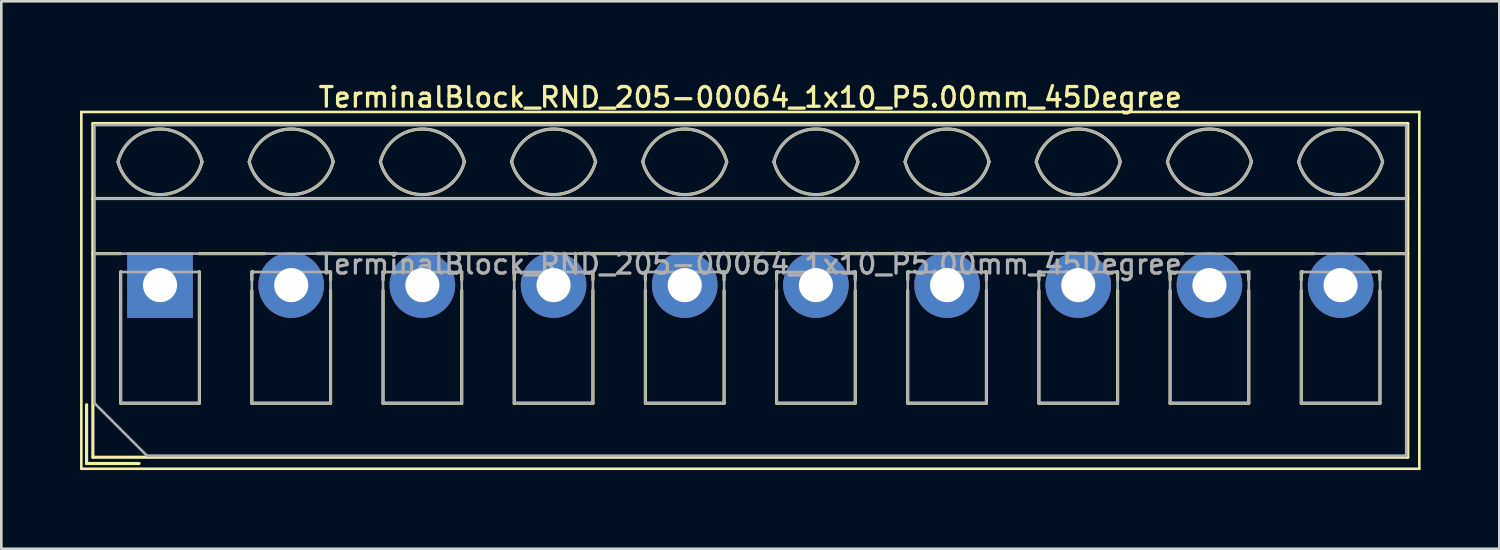
<source format=kicad_pcb>
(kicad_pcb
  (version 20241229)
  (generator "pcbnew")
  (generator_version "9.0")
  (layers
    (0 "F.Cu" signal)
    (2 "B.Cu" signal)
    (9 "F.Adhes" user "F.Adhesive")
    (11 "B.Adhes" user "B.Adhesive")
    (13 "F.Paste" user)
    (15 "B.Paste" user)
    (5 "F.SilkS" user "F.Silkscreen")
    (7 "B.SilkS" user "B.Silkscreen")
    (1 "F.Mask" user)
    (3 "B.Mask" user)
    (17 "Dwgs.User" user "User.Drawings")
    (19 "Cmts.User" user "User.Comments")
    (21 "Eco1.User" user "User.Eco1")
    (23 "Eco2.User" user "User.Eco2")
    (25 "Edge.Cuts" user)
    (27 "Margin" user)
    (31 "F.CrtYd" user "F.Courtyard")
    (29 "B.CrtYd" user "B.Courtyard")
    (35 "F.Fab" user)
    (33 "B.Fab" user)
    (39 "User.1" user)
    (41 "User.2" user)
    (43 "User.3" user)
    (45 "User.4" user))
  (footprint "TerminalBlock_RND_205-00064_1x10_P5.00mm_45Degree"
    (layer "F.Cu")
    (at 3.05 7.818)
    (property "Reference" "TerminalBlock_RND_205-00064_1x10_P5.00mm_45Degree" (at 22.5 -7.16 0) (layer "F.SilkS") (effects (font (size 0.75 0.75) (thickness 0.125))))
    (attr through_hole)
    (fp_line (start -3 -6.6) (end -3 7) (stroke (width 0.1) (type solid)) (layer "F.SilkS"))
    (fp_line (start -3 7) (end 48 7) (stroke (width 0.1) (type solid)) (layer "F.SilkS"))
    (fp_line (start -2.8 4.56) (end -2.8 6.8) (stroke (width 0.12) (type solid)) (layer "F.SilkS"))
    (fp_line (start -2.8 6.8) (end -0.8 6.8) (stroke (width 0.12) (type solid)) (layer "F.SilkS"))
    (fp_line (start -2.56 -6.16) (end -2.56 6.56) (stroke (width 0.12) (type solid)) (layer "F.SilkS"))
    (fp_line (start -2.56 -6.16) (end 47.56 -6.16) (stroke (width 0.12) (type solid)) (layer "F.SilkS"))
    (fp_line (start -2.56 -3.301) (end 47.56 -3.301) (stroke (width 0.12) (type solid)) (layer "F.SilkS"))
    (fp_line (start -2.56 -1.201) (end -1.49 -1.201) (stroke (width 0.12) (type solid)) (layer "F.SilkS"))
    (fp_line (start -2.56 6.56) (end 47.56 6.56) (stroke (width 0.12) (type solid)) (layer "F.SilkS"))
    (fp_line (start -1.5 -0.5) (end -1.5 4.5) (stroke (width 0.12) (type solid)) (layer "F.SilkS"))
    (fp_line (start -1.5 -0.5) (end -1.49 -0.5) (stroke (width 0.12) (type solid)) (layer "F.SilkS"))
    (fp_line (start -1.5 4.5) (end 1.5 4.5) (stroke (width 0.12) (type solid)) (layer "F.SilkS"))
    (fp_line (start 1.49 -1.201) (end 4 -1.201) (stroke (width 0.12) (type solid)) (layer "F.SilkS"))
    (fp_line (start 1.49 -0.5) (end 1.5 -0.5) (stroke (width 0.12) (type solid)) (layer "F.SilkS"))
    (fp_line (start 1.5 -0.5) (end 1.5 4.5) (stroke (width 0.12) (type solid)) (layer "F.SilkS"))
    (fp_line (start 3.5 -0.5) (end 3.5 -0.202) (stroke (width 0.12) (type solid)) (layer "F.SilkS"))
    (fp_line (start 3.5 -0.5) (end 3.57 -0.5) (stroke (width 0.12) (type solid)) (layer "F.SilkS"))
    (fp_line (start 3.5 0.202) (end 3.5 4.5) (stroke (width 0.12) (type solid)) (layer "F.SilkS"))
    (fp_line (start 3.5 4.5) (end 6.5 4.5) (stroke (width 0.12) (type solid)) (layer "F.SilkS"))
    (fp_line (start 6.001 -1.201) (end 9 -1.201) (stroke (width 0.12) (type solid)) (layer "F.SilkS"))
    (fp_line (start 6.431 -0.5) (end 6.5 -0.5) (stroke (width 0.12) (type solid)) (layer "F.SilkS"))
    (fp_line (start 6.5 -0.5) (end 6.5 -0.202) (stroke (width 0.12) (type solid)) (layer "F.SilkS"))
    (fp_line (start 6.5 0.202) (end 6.5 4.5) (stroke (width 0.12) (type solid)) (layer "F.SilkS"))
    (fp_line (start 8.5 -0.5) (end 8.5 -0.202) (stroke (width 0.12) (type solid)) (layer "F.SilkS"))
    (fp_line (start 8.5 -0.5) (end 8.57 -0.5) (stroke (width 0.12) (type solid)) (layer "F.SilkS"))
    (fp_line (start 8.5 0.202) (end 8.5 4.5) (stroke (width 0.12) (type solid)) (layer "F.SilkS"))
    (fp_line (start 8.5 4.5) (end 11.5 4.5) (stroke (width 0.12) (type solid)) (layer "F.SilkS"))
    (fp_line (start 11.001 -1.201) (end 14 -1.201) (stroke (width 0.12) (type solid)) (layer "F.SilkS"))
    (fp_line (start 11.431 -0.5) (end 11.5 -0.5) (stroke (width 0.12) (type solid)) (layer "F.SilkS"))
    (fp_line (start 11.5 -0.5) (end 11.5 -0.202) (stroke (width 0.12) (type solid)) (layer "F.SilkS"))
    (fp_line (start 11.5 0.202) (end 11.5 4.5) (stroke (width 0.12) (type solid)) (layer "F.SilkS"))
    (fp_line (start 13.5 -0.5) (end 13.5 -0.202) (stroke (width 0.12) (type solid)) (layer "F.SilkS"))
    (fp_line (start 13.5 -0.5) (end 13.57 -0.5) (stroke (width 0.12) (type solid)) (layer "F.SilkS"))
    (fp_line (start 13.5 0.202) (end 13.5 4.5) (stroke (width 0.12) (type solid)) (layer "F.SilkS"))
    (fp_line (start 13.5 4.5) (end 16.5 4.5) (stroke (width 0.12) (type solid)) (layer "F.SilkS"))
    (fp_line (start 16.001 -1.201) (end 19 -1.201) (stroke (width 0.12) (type solid)) (layer "F.SilkS"))
    (fp_line (start 16.431 -0.5) (end 16.5 -0.5) (stroke (width 0.12) (type solid)) (layer "F.SilkS"))
    (fp_line (start 16.5 -0.5) (end 16.5 -0.202) (stroke (width 0.12) (type solid)) (layer "F.SilkS"))
    (fp_line (start 16.5 0.202) (end 16.5 4.5) (stroke (width 0.12) (type solid)) (layer "F.SilkS"))
    (fp_line (start 18.5 -0.5) (end 18.5 -0.202) (stroke (width 0.12) (type solid)) (layer "F.SilkS"))
    (fp_line (start 18.5 -0.5) (end 18.57 -0.5) (stroke (width 0.12) (type solid)) (layer "F.SilkS"))
    (fp_line (start 18.5 0.202) (end 18.5 4.5) (stroke (width 0.12) (type solid)) (layer "F.SilkS"))
    (fp_line (start 18.5 4.5) (end 21.5 4.5) (stroke (width 0.12) (type solid)) (layer "F.SilkS"))
    (fp_line (start 21.001 -1.201) (end 24 -1.201) (stroke (width 0.12) (type solid)) (layer "F.SilkS"))
    (fp_line (start 21.431 -0.5) (end 21.5 -0.5) (stroke (width 0.12) (type solid)) (layer "F.SilkS"))
    (fp_line (start 21.5 -0.5) (end 21.5 -0.202) (stroke (width 0.12) (type solid)) (layer "F.SilkS"))
    (fp_line (start 21.5 0.202) (end 21.5 4.5) (stroke (width 0.12) (type solid)) (layer "F.SilkS"))
    (fp_line (start 23.5 -0.5) (end 23.5 -0.202) (stroke (width 0.12) (type solid)) (layer "F.SilkS"))
    (fp_line (start 23.5 -0.5) (end 23.57 -0.5) (stroke (width 0.12) (type solid)) (layer "F.SilkS"))
    (fp_line (start 23.5 0.202) (end 23.5 4.5) (stroke (width 0.12) (type solid)) (layer "F.SilkS"))
    (fp_line (start 23.5 4.5) (end 26.5 4.5) (stroke (width 0.12) (type solid)) (layer "F.SilkS"))
    (fp_line (start 26.001 -1.201) (end 29 -1.201) (stroke (width 0.12) (type solid)) (layer "F.SilkS"))
    (fp_line (start 26.431 -0.5) (end 26.5 -0.5) (stroke (width 0.12) (type solid)) (layer "F.SilkS"))
    (fp_line (start 26.5 -0.5) (end 26.5 -0.202) (stroke (width 0.12) (type solid)) (layer "F.SilkS"))
    (fp_line (start 26.5 0.202) (end 26.5 4.5) (stroke (width 0.12) (type solid)) (layer "F.SilkS"))
    (fp_line (start 28.5 -0.5) (end 28.5 -0.202) (stroke (width 0.12) (type solid)) (layer "F.SilkS"))
    (fp_line (start 28.5 -0.5) (end 28.57 -0.5) (stroke (width 0.12) (type solid)) (layer "F.SilkS"))
    (fp_line (start 28.5 0.202) (end 28.5 4.5) (stroke (width 0.12) (type solid)) (layer "F.SilkS"))
    (fp_line (start 28.5 4.5) (end 31.5 4.5) (stroke (width 0.12) (type solid)) (layer "F.SilkS"))
    (fp_line (start 31.001 -1.201) (end 34 -1.201) (stroke (width 0.12) (type solid)) (layer "F.SilkS"))
    (fp_line (start 31.431 -0.5) (end 31.5 -0.5) (stroke (width 0.12) (type solid)) (layer "F.SilkS"))
    (fp_line (start 31.5 -0.5) (end 31.5 -0.202) (stroke (width 0.12) (type solid)) (layer "F.SilkS"))
    (fp_line (start 31.5 0.202) (end 31.5 4.5) (stroke (width 0.12) (type solid)) (layer "F.SilkS"))
    (fp_line (start 33.5 -0.5) (end 33.5 -0.202) (stroke (width 0.12) (type solid)) (layer "F.SilkS"))
    (fp_line (start 33.5 -0.5) (end 33.57 -0.5) (stroke (width 0.12) (type solid)) (layer "F.SilkS"))
    (fp_line (start 33.5 0.202) (end 33.5 4.5) (stroke (width 0.12) (type solid)) (layer "F.SilkS"))
    (fp_line (start 33.5 4.5) (end 36.5 4.5) (stroke (width 0.12) (type solid)) (layer "F.SilkS"))
    (fp_line (start 36.001 -1.201) (end 39 -1.201) (stroke (width 0.12) (type solid)) (layer "F.SilkS"))
    (fp_line (start 36.431 -0.5) (end 36.5 -0.5) (stroke (width 0.12) (type solid)) (layer "F.SilkS"))
    (fp_line (start 36.5 -0.5) (end 36.5 -0.202) (stroke (width 0.12) (type solid)) (layer "F.SilkS"))
    (fp_line (start 36.5 0.202) (end 36.5 4.5) (stroke (width 0.12) (type solid)) (layer "F.SilkS"))
    (fp_line (start 38.5 -0.5) (end 38.5 -0.202) (stroke (width 0.12) (type solid)) (layer "F.SilkS"))
    (fp_line (start 38.5 -0.5) (end 38.57 -0.5) (stroke (width 0.12) (type solid)) (layer "F.SilkS"))
    (fp_line (start 38.5 0.202) (end 38.5 4.5) (stroke (width 0.12) (type solid)) (layer "F.SilkS"))
    (fp_line (start 38.5 4.5) (end 41.5 4.5) (stroke (width 0.12) (type solid)) (layer "F.SilkS"))
    (fp_line (start 41.001 -1.201) (end 44 -1.201) (stroke (width 0.12) (type solid)) (layer "F.SilkS"))
    (fp_line (start 41.431 -0.5) (end 41.5 -0.5) (stroke (width 0.12) (type solid)) (layer "F.SilkS"))
    (fp_line (start 41.5 -0.5) (end 41.5 -0.202) (stroke (width 0.12) (type solid)) (layer "F.SilkS"))
    (fp_line (start 41.5 0.202) (end 41.5 4.5) (stroke (width 0.12) (type solid)) (layer "F.SilkS"))
    (fp_line (start 43.5 -0.5) (end 43.5 -0.202) (stroke (width 0.12) (type solid)) (layer "F.SilkS"))
    (fp_line (start 43.5 -0.5) (end 43.57 -0.5) (stroke (width 0.12) (type solid)) (layer "F.SilkS"))
    (fp_line (start 43.5 0.202) (end 43.5 4.5) (stroke (width 0.12) (type solid)) (layer "F.SilkS"))
    (fp_line (start 43.5 4.5) (end 46.5 4.5) (stroke (width 0.12) (type solid)) (layer "F.SilkS"))
    (fp_line (start 46.001 -1.201) (end 47.56 -1.201) (stroke (width 0.12) (type solid)) (layer "F.SilkS"))
    (fp_line (start 46.431 -0.5) (end 46.5 -0.5) (stroke (width 0.12) (type solid)) (layer "F.SilkS"))
    (fp_line (start 46.5 -0.5) (end 46.5 -0.202) (stroke (width 0.12) (type solid)) (layer "F.SilkS"))
    (fp_line (start 46.5 0.202) (end 46.5 4.5) (stroke (width 0.12) (type solid)) (layer "F.SilkS"))
    (fp_line (start 47.56 -6.16) (end 47.56 6.56) (stroke (width 0.12) (type solid)) (layer "F.SilkS"))
    (fp_line (start 48 -6.6) (end -3 -6.6) (stroke (width 0.1) (type solid)) (layer "F.SilkS"))
    (fp_line (start 48 7) (end 48 -6.6) (stroke (width 0.1) (type solid)) (layer "F.SilkS"))
    (fp_arc (start -1.600914 -4.700344) (mid 0.000177 -5.95097) (end 1.601 -4.7) (stroke (width 0.12) (type solid)) (layer "F.SilkS"))
    (fp_arc (start 1.6 -4.7) (mid -0.000064 -3.45) (end -1.600031 -4.700125) (stroke (width 0.12) (type solid)) (layer "F.SilkS"))
    (fp_arc (start 3.399086 -4.700344) (mid 5.000177 -5.95097) (end 6.601 -4.7) (stroke (width 0.12) (type solid)) (layer "F.SilkS"))
    (fp_arc (start 6.6 -4.7) (mid 4.999936 -3.45) (end 3.399969 -4.700125) (stroke (width 0.12) (type solid)) (layer "F.SilkS"))
    (fp_arc (start 8.399086 -4.700344) (mid 10.000177 -5.95097) (end 11.601 -4.7) (stroke (width 0.12) (type solid)) (layer "F.SilkS"))
    (fp_arc (start 11.6 -4.7) (mid 9.999936 -3.45) (end 8.399969 -4.700125) (stroke (width 0.12) (type solid)) (layer "F.SilkS"))
    (fp_arc (start 13.399086 -4.700344) (mid 15.000177 -5.95097) (end 16.601 -4.7) (stroke (width 0.12) (type solid)) (layer "F.SilkS"))
    (fp_arc (start 16.6 -4.7) (mid 14.999936 -3.45) (end 13.399969 -4.700125) (stroke (width 0.12) (type solid)) (layer "F.SilkS"))
    (fp_arc (start 18.399086 -4.700344) (mid 20.000177 -5.95097) (end 21.601 -4.7) (stroke (width 0.12) (type solid)) (layer "F.SilkS"))
    (fp_arc (start 21.6 -4.7) (mid 19.999936 -3.45) (end 18.399969 -4.700125) (stroke (width 0.12) (type solid)) (layer "F.SilkS"))
    (fp_arc (start 23.399086 -4.700344) (mid 25.000177 -5.95097) (end 26.601 -4.7) (stroke (width 0.12) (type solid)) (layer "F.SilkS"))
    (fp_arc (start 26.6 -4.7) (mid 24.999936 -3.45) (end 23.399969 -4.700125) (stroke (width 0.12) (type solid)) (layer "F.SilkS"))
    (fp_arc (start 28.399086 -4.700344) (mid 30.000177 -5.95097) (end 31.601 -4.7) (stroke (width 0.12) (type solid)) (layer "F.SilkS"))
    (fp_arc (start 31.6 -4.7) (mid 29.999936 -3.45) (end 28.399969 -4.700125) (stroke (width 0.12) (type solid)) (layer "F.SilkS"))
    (fp_arc (start 33.399086 -4.700344) (mid 35.000177 -5.95097) (end 36.601 -4.7) (stroke (width 0.12) (type solid)) (layer "F.SilkS"))
    (fp_arc (start 36.6 -4.7) (mid 34.999936 -3.45) (end 33.399969 -4.700125) (stroke (width 0.12) (type solid)) (layer "F.SilkS"))
    (fp_arc (start 38.399086 -4.700344) (mid 40.000177 -5.95097) (end 41.601 -4.7) (stroke (width 0.12) (type solid)) (layer "F.SilkS"))
    (fp_arc (start 41.6 -4.7) (mid 39.999936 -3.45) (end 38.399969 -4.700125) (stroke (width 0.12) (type solid)) (layer "F.SilkS"))
    (fp_arc (start 43.399086 -4.700344) (mid 45.000177 -5.95097) (end 46.601 -4.7) (stroke (width 0.12) (type solid)) (layer "F.SilkS"))
    (fp_arc (start 46.6 -4.7) (mid 44.999936 -3.45) (end 43.399969 -4.700125) (stroke (width 0.12) (type solid)) (layer "F.SilkS"))
    (fp_line (start -2.5 -6.1) (end 47.5 -6.1) (stroke (width 0.1) (type solid)) (layer "F.Fab"))
    (fp_line (start -2.5 -3.3) (end 47.5 -3.3) (stroke (width 0.1) (type solid)) (layer "F.Fab"))
    (fp_line (start -2.5 -1.2) (end 47.5 -1.2) (stroke (width 0.1) (type solid)) (layer "F.Fab"))
    (fp_line (start -2.5 4.5) (end -2.5 -6.1) (stroke (width 0.1) (type solid)) (layer "F.Fab"))
    (fp_line (start -1.5 -0.5) (end -1.5 4.5) (stroke (width 0.1) (type solid)) (layer "F.Fab"))
    (fp_line (start -1.5 4.5) (end 1.5 4.5) (stroke (width 0.1) (type solid)) (layer "F.Fab"))
    (fp_line (start -0.5 6.5) (end -2.5 4.5) (stroke (width 0.1) (type solid)) (layer "F.Fab"))
    (fp_line (start 1.5 -0.5) (end -1.5 -0.5) (stroke (width 0.1) (type solid)) (layer "F.Fab"))
    (fp_line (start 1.5 4.5) (end 1.5 -0.5) (stroke (width 0.1) (type solid)) (layer "F.Fab"))
    (fp_line (start 3.5 -0.5) (end 3.5 4.5) (stroke (width 0.1) (type solid)) (layer "F.Fab"))
    (fp_line (start 3.5 4.5) (end 6.5 4.5) (stroke (width 0.1) (type solid)) (layer "F.Fab"))
    (fp_line (start 6.5 -0.5) (end 3.5 -0.5) (stroke (width 0.1) (type solid)) (layer "F.Fab"))
    (fp_line (start 6.5 4.5) (end 6.5 -0.5) (stroke (width 0.1) (type solid)) (layer "F.Fab"))
    (fp_line (start 8.5 -0.5) (end 8.5 4.5) (stroke (width 0.1) (type solid)) (layer "F.Fab"))
    (fp_line (start 8.5 4.5) (end 11.5 4.5) (stroke (width 0.1) (type solid)) (layer "F.Fab"))
    (fp_line (start 11.5 -0.5) (end 8.5 -0.5) (stroke (width 0.1) (type solid)) (layer "F.Fab"))
    (fp_line (start 11.5 4.5) (end 11.5 -0.5) (stroke (width 0.1) (type solid)) (layer "F.Fab"))
    (fp_line (start 13.5 -0.5) (end 13.5 4.5) (stroke (width 0.1) (type solid)) (layer "F.Fab"))
    (fp_line (start 13.5 4.5) (end 16.5 4.5) (stroke (width 0.1) (type solid)) (layer "F.Fab"))
    (fp_line (start 16.5 -0.5) (end 13.5 -0.5) (stroke (width 0.1) (type solid)) (layer "F.Fab"))
    (fp_line (start 16.5 4.5) (end 16.5 -0.5) (stroke (width 0.1) (type solid)) (layer "F.Fab"))
    (fp_line (start 18.5 -0.5) (end 18.5 4.5) (stroke (width 0.1) (type solid)) (layer "F.Fab"))
    (fp_line (start 18.5 4.5) (end 21.5 4.5) (stroke (width 0.1) (type solid)) (layer "F.Fab"))
    (fp_line (start 21.5 -0.5) (end 18.5 -0.5) (stroke (width 0.1) (type solid)) (layer "F.Fab"))
    (fp_line (start 21.5 4.5) (end 21.5 -0.5) (stroke (width 0.1) (type solid)) (layer "F.Fab"))
    (fp_line (start 23.5 -0.5) (end 23.5 4.5) (stroke (width 0.1) (type solid)) (layer "F.Fab"))
    (fp_line (start 23.5 4.5) (end 26.5 4.5) (stroke (width 0.1) (type solid)) (layer "F.Fab"))
    (fp_line (start 26.5 -0.5) (end 23.5 -0.5) (stroke (width 0.1) (type solid)) (layer "F.Fab"))
    (fp_line (start 26.5 4.5) (end 26.5 -0.5) (stroke (width 0.1) (type solid)) (layer "F.Fab"))
    (fp_line (start 28.5 -0.5) (end 28.5 4.5) (stroke (width 0.1) (type solid)) (layer "F.Fab"))
    (fp_line (start 28.5 4.5) (end 31.5 4.5) (stroke (width 0.1) (type solid)) (layer "F.Fab"))
    (fp_line (start 31.5 -0.5) (end 28.5 -0.5) (stroke (width 0.1) (type solid)) (layer "F.Fab"))
    (fp_line (start 31.5 4.5) (end 31.5 -0.5) (stroke (width 0.1) (type solid)) (layer "F.Fab"))
    (fp_line (start 33.5 -0.5) (end 33.5 4.5) (stroke (width 0.1) (type solid)) (layer "F.Fab"))
    (fp_line (start 33.5 4.5) (end 36.5 4.5) (stroke (width 0.1) (type solid)) (layer "F.Fab"))
    (fp_line (start 36.5 -0.5) (end 33.5 -0.5) (stroke (width 0.1) (type solid)) (layer "F.Fab"))
    (fp_line (start 36.5 4.5) (end 36.5 -0.5) (stroke (width 0.1) (type solid)) (layer "F.Fab"))
    (fp_line (start 38.5 -0.5) (end 38.5 4.5) (stroke (width 0.1) (type solid)) (layer "F.Fab"))
    (fp_line (start 38.5 4.5) (end 41.5 4.5) (stroke (width 0.1) (type solid)) (layer "F.Fab"))
    (fp_line (start 41.5 -0.5) (end 38.5 -0.5) (stroke (width 0.1) (type solid)) (layer "F.Fab"))
    (fp_line (start 41.5 4.5) (end 41.5 -0.5) (stroke (width 0.1) (type solid)) (layer "F.Fab"))
    (fp_line (start 43.5 -0.5) (end 43.5 4.5) (stroke (width 0.1) (type solid)) (layer "F.Fab"))
    (fp_line (start 43.5 4.5) (end 46.5 4.5) (stroke (width 0.1) (type solid)) (layer "F.Fab"))
    (fp_line (start 46.5 -0.5) (end 43.5 -0.5) (stroke (width 0.1) (type solid)) (layer "F.Fab"))
    (fp_line (start 46.5 4.5) (end 46.5 -0.5) (stroke (width 0.1) (type solid)) (layer "F.Fab"))
    (fp_line (start 47.5 -6.1) (end 47.5 6.5) (stroke (width 0.1) (type solid)) (layer "F.Fab"))
    (fp_line (start 47.5 6.5) (end -0.5 6.5) (stroke (width 0.1) (type solid)) (layer "F.Fab"))
    (fp_arc (start -1.600914 -4.700344) (mid 0.000177 -5.95097) (end 1.601 -4.7) (stroke (width 0.1) (type solid)) (layer "F.Fab"))
    (fp_arc (start 1.6 -4.7) (mid -0.000064 -3.45) (end -1.600031 -4.700125) (stroke (width 0.1) (type solid)) (layer "F.Fab"))
    (fp_arc (start 3.399086 -4.700344) (mid 5.000177 -5.95097) (end 6.601 -4.7) (stroke (width 0.1) (type solid)) (layer "F.Fab"))
    (fp_arc (start 6.6 -4.7) (mid 4.999936 -3.45) (end 3.399969 -4.700125) (stroke (width 0.1) (type solid)) (layer "F.Fab"))
    (fp_arc (start 8.399086 -4.700344) (mid 10.000177 -5.95097) (end 11.601 -4.7) (stroke (width 0.1) (type solid)) (layer "F.Fab"))
    (fp_arc (start 11.6 -4.7) (mid 9.999936 -3.45) (end 8.399969 -4.700125) (stroke (width 0.1) (type solid)) (layer "F.Fab"))
    (fp_arc (start 13.399086 -4.700344) (mid 15.000177 -5.95097) (end 16.601 -4.7) (stroke (width 0.1) (type solid)) (layer "F.Fab"))
    (fp_arc (start 16.6 -4.7) (mid 14.999936 -3.45) (end 13.399969 -4.700125) (stroke (width 0.1) (type solid)) (layer "F.Fab"))
    (fp_arc (start 18.399086 -4.700344) (mid 20.000177 -5.95097) (end 21.601 -4.7) (stroke (width 0.1) (type solid)) (layer "F.Fab"))
    (fp_arc (start 21.6 -4.7) (mid 19.999936 -3.45) (end 18.399969 -4.700125) (stroke (width 0.1) (type solid)) (layer "F.Fab"))
    (fp_arc (start 23.399086 -4.700344) (mid 25.000177 -5.95097) (end 26.601 -4.7) (stroke (width 0.1) (type solid)) (layer "F.Fab"))
    (fp_arc (start 26.6 -4.7) (mid 24.999936 -3.45) (end 23.399969 -4.700125) (stroke (width 0.1) (type solid)) (layer "F.Fab"))
    (fp_arc (start 28.399086 -4.700344) (mid 30.000177 -5.95097) (end 31.601 -4.7) (stroke (width 0.1) (type solid)) (layer "F.Fab"))
    (fp_arc (start 31.6 -4.7) (mid 29.999936 -3.45) (end 28.399969 -4.700125) (stroke (width 0.1) (type solid)) (layer "F.Fab"))
    (fp_arc (start 33.399086 -4.700344) (mid 35.000177 -5.95097) (end 36.601 -4.7) (stroke (width 0.1) (type solid)) (layer "F.Fab"))
    (fp_arc (start 36.6 -4.7) (mid 34.999936 -3.45) (end 33.399969 -4.700125) (stroke (width 0.1) (type solid)) (layer "F.Fab"))
    (fp_arc (start 38.399086 -4.700344) (mid 40.000177 -5.95097) (end 41.601 -4.7) (stroke (width 0.1) (type solid)) (layer "F.Fab"))
    (fp_arc (start 41.6 -4.7) (mid 39.999936 -3.45) (end 38.399969 -4.700125) (stroke (width 0.1) (type solid)) (layer "F.Fab"))
    (fp_arc (start 43.399086 -4.700344) (mid 45.000177 -5.95097) (end 46.601 -4.7) (stroke (width 0.1) (type solid)) (layer "F.Fab"))
    (fp_arc (start 46.6 -4.7) (mid 44.999936 -3.45) (end 43.399969 -4.700125) (stroke (width 0.1) (type solid)) (layer "F.Fab"))
    (fp_text user "${REFERENCE}" (at 22.5 -0.8 0) (layer "F.Fab") (effects (font (size 0.75 0.75) (thickness 0.125))))
    (pad "1" thru_hole rect (at 0 0) (size 2.5 2.5) (drill 1.3) (layers "*.Cu" "*.Mask"))
    (pad "2" thru_hole circle (at 5 0) (size 2.5 2.5) (drill 1.3) (layers "*.Cu" "*.Mask"))
    (pad "3" thru_hole circle (at 10 0) (size 2.5 2.5) (drill 1.3) (layers "*.Cu" "*.Mask"))
    (pad "4" thru_hole circle (at 15 0) (size 2.5 2.5) (drill 1.3) (layers "*.Cu" "*.Mask"))
    (pad "5" thru_hole circle (at 20 0) (size 2.5 2.5) (drill 1.3) (layers "*.Cu" "*.Mask"))
    (pad "6" thru_hole circle (at 25 0) (size 2.5 2.5) (drill 1.3) (layers "*.Cu" "*.Mask"))
    (pad "7" thru_hole circle (at 30 0) (size 2.5 2.5) (drill 1.3) (layers "*.Cu" "*.Mask"))
    (pad "8" thru_hole circle (at 35 0) (size 2.5 2.5) (drill 1.3) (layers "*.Cu" "*.Mask"))
    (pad "9" thru_hole circle (at 40 0) (size 2.5 2.5) (drill 1.3) (layers "*.Cu" "*.Mask"))
    (pad "10" thru_hole circle (at 45 0) (size 2.5 2.5) (drill 1.3) (layers "*.Cu" "*.Mask")))
  (gr_rect
    (start -3 -3)
    (end 54.1 17.868)
    (stroke (width 0.1) (type default))
    (fill no)
    (layer "Edge.Cuts")))
</source>
